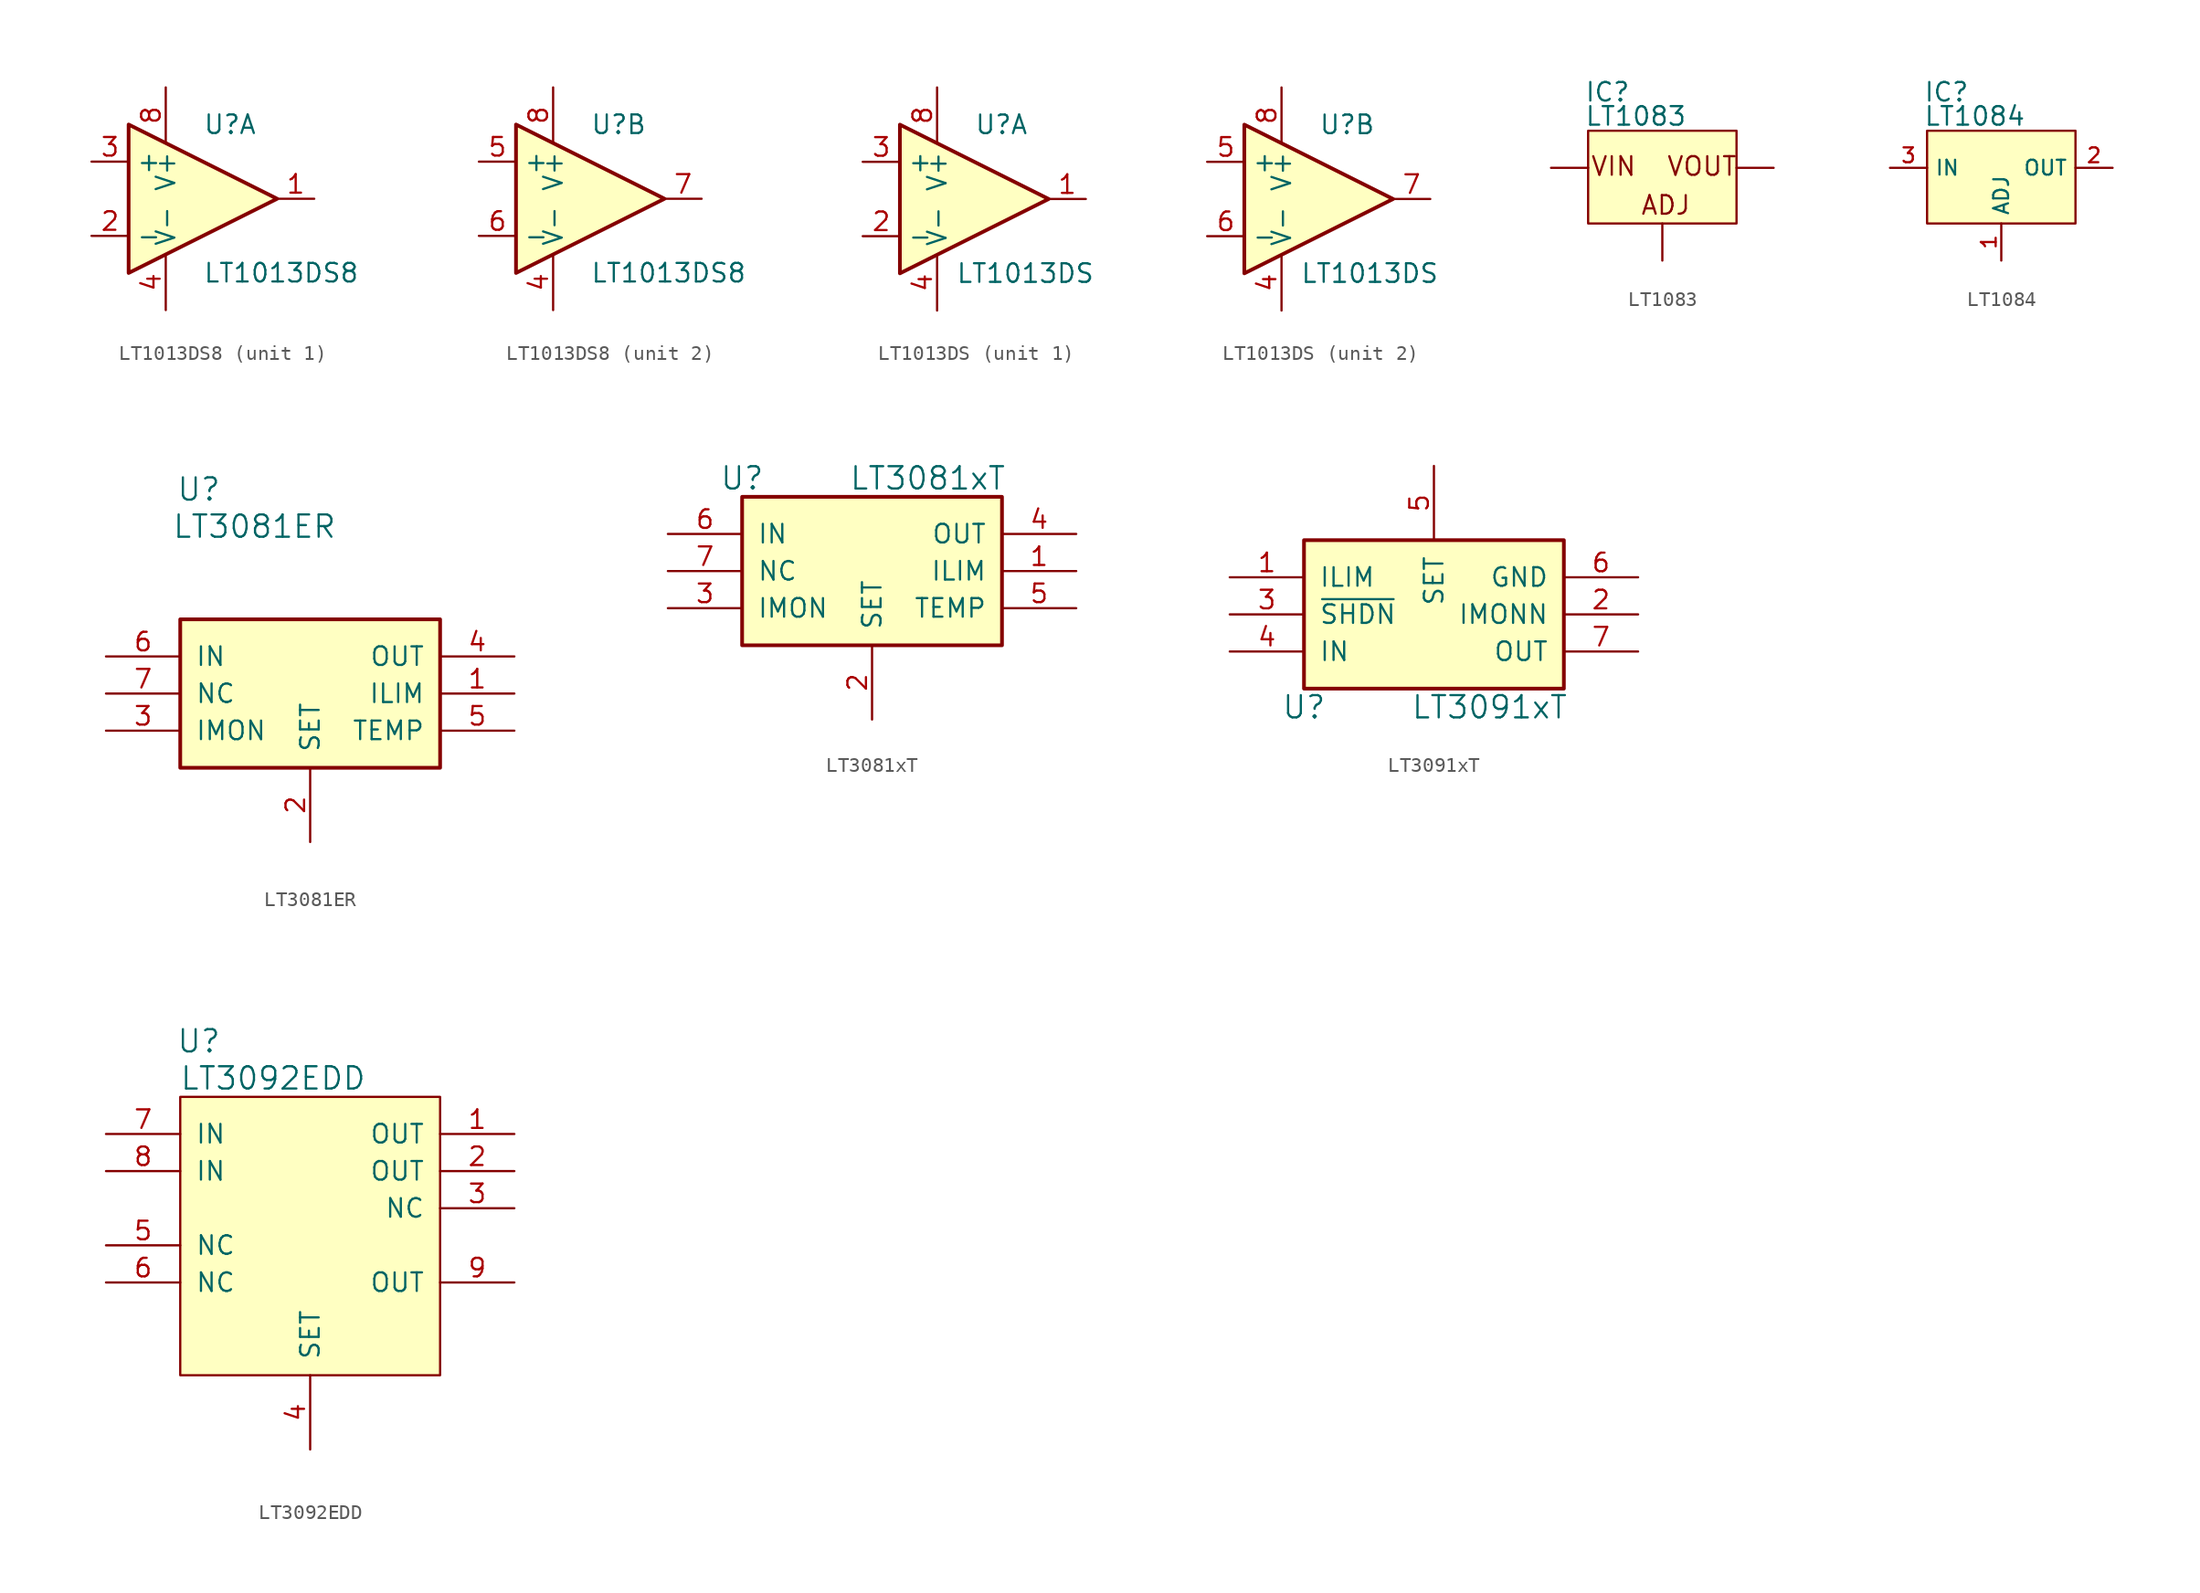
<source format=kicad_sym>
(kicad_symbol_lib
  (version 20220914)
  (generator kicad_symbol_editor)
  (symbol "LT1013DS8"
    (property "Reference" "U"
      (at 0 5.08 0)
      (effects (font (size 1.27 1.27)) (justify left)))
    (property "Value" "LT1013DS8"
      (at 0 -5.08 0)
      (effects (font (size 1.27 1.27)) (justify left)))
    (symbol "LT1013DS8_0_1"
      (polyline (pts (xy -5.08 5.08) (xy 5.08 0) (xy -5.08 -5.08) (xy -5.08 5.08)) (stroke (width 0.254) (type default)) (fill (type background)))
      (pin power_in line (at -2.54 -7.62 90) (length 3.81) (name "V-" (effects (font (size 1.27 1.27)))) (number "4" (effects (font (size 1.27 1.27)))))
      (pin power_in line (at -2.54 7.62 270) (length 3.81) (name "V+" (effects (font (size 1.27 1.27)))) (number "8" (effects (font (size 1.27 1.27))))))
    (symbol "LT1013DS8_1_1"
      (pin output line (at 7.62 0 180) (length 2.54) (name "~" (effects (font (size 1.27 1.27)))) (number "1" (effects (font (size 1.27 1.27)))))
      (pin input line (at -7.62 -2.54 0) (length 2.54) (name "-" (effects (font (size 1.27 1.27)))) (number "2" (effects (font (size 1.27 1.27)))))
      (pin input line (at -7.62 2.54 0) (length 2.54) (name "+" (effects (font (size 1.27 1.27)))) (number "3" (effects (font (size 1.27 1.27))))))
    (symbol "LT1013DS8_2_1"
      (pin input line (at -7.62 2.54 0) (length 2.54) (name "+" (effects (font (size 1.27 1.27)))) (number "5" (effects (font (size 1.27 1.27)))))
      (pin input line (at -7.62 -2.54 0) (length 2.54) (name "-" (effects (font (size 1.27 1.27)))) (number "6" (effects (font (size 1.27 1.27)))))
      (pin output line (at 7.62 0 180) (length 2.54) (name "~" (effects (font (size 1.27 1.27)))) (number "7" (effects (font (size 1.27 1.27)))))))
  (symbol "LT1013DS"
    (property "Reference" "U"
      (at 0 5.08 0)
      (effects (font (size 1.27 1.27)) (justify left)))
    (property "Value" "LT1013DS"
      (at -1.27 -5.08 0)
      (effects (font (size 1.27 1.27)) (justify left)))
    (symbol "LT1013DS_0_1"
      (polyline (pts (xy -5.08 5.08) (xy 5.08 0) (xy -5.08 -5.08) (xy -5.08 5.08)) (stroke (width 0.254) (type default)) (fill (type background)))
      (pin power_in line (at -2.54 -7.62 90) (length 3.81) (name "V-" (effects (font (size 1.27 1.27)))) (number "4" (effects (font (size 1.27 1.27)))))
      (pin power_in line (at -2.54 7.62 270) (length 3.81) (name "V+" (effects (font (size 1.27 1.27)))) (number "8" (effects (font (size 1.27 1.27))))))
    (symbol "LT1013DS_1_1"
      (pin output line (at 7.62 0 180) (length 2.54) (name "~" (effects (font (size 1.27 1.27)))) (number "1" (effects (font (size 1.27 1.27)))))
      (pin input line (at -7.62 -2.54 0) (length 2.54) (name "-" (effects (font (size 1.27 1.27)))) (number "2" (effects (font (size 1.27 1.27)))))
      (pin input line (at -7.62 2.54 0) (length 2.54) (name "+" (effects (font (size 1.27 1.27)))) (number "3" (effects (font (size 1.27 1.27))))))
    (symbol "LT1013DS_2_1"
      (pin input line (at -7.62 2.54 0) (length 2.54) (name "+" (effects (font (size 1.27 1.27)))) (number "5" (effects (font (size 1.27 1.27)))))
      (pin input line (at -7.62 -2.54 0) (length 2.54) (name "-" (effects (font (size 1.27 1.27)))) (number "6" (effects (font (size 1.27 1.27)))))
      (pin output line (at 7.62 0 180) (length 2.54) (name "~" (effects (font (size 1.27 1.27)))) (number "7" (effects (font (size 1.27 1.27)))))))
  (symbol "LT1083"
    (pin_numbers hide)
    (pin_names
      (offset 1.016) hide)
    (property "Reference" "IC"
      (at -5.334 4.445 0)
      (effects (font (size 1.27 1.27)) (justify left bottom)))
    (property "Value" "LT1083"
      (at -5.334 2.794 0)
      (effects (font (size 1.27 1.27)) (justify left bottom)))
    (property "ki_locked" ""
      (at 0 0 0)
      (effects (font (size 1.27 1.27))))
    (symbol "LT1083_0_0"
      (rectangle (start -5.08 2.54) (end 5.08 -3.81) (stroke (width 0) (type default)) (fill (type background)))
      (text "ADJ" (at -1.524 -3.302 0) (effects (font (size 1.27 1.27)) (justify left bottom)))
      (text "VIN" (at -4.953 -0.635 0) (effects (font (size 1.27 1.27)) (justify left bottom)))
      (text "VOUT" (at 0.254 -0.635 0) (effects (font (size 1.27 1.27)) (justify left bottom)))
      (pin input line (at 0 -6.35 90) (length 2.54) (name "ADJ" (effects (font (size 1.016 1.016)))) (number "1" (effects (font (size 1.016 1.016)))))
      (pin passive line (at 7.62 0 180) (length 2.54) (name "OUT" (effects (font (size 1.016 1.016)))) (number "2" (effects (font (size 1.016 1.016)))))
      (pin input line (at -7.62 0 0) (length 2.54) (name "IN" (effects (font (size 1.016 1.016)))) (number "3" (effects (font (size 1.016 1.016)))))))
  (symbol "LT1084"
    (property "Reference" "IC"
      (at -5.334 4.445 0)
      (effects (font (size 1.27 1.27)) (justify left bottom)))
    (property "Value" "LT1084"
      (at -5.334 2.794 0)
      (effects (font (size 1.27 1.27)) (justify left bottom)))
    (symbol "LT1084_0_0"
      (rectangle (start -5.08 2.54) (end 5.08 -3.81) (stroke (width 0) (type default)) (fill (type background)))
      (pin input line (at 0 -6.35 90) (length 2.54) (name "ADJ" (effects (font (size 1.016 1.016)))) (number "1" (effects (font (size 1.016 1.016)))))
      (pin passive line (at 7.62 0 180) (length 2.54) (name "OUT" (effects (font (size 1.016 1.016)))) (number "2" (effects (font (size 1.016 1.016)))))
      (pin input line (at -7.62 0 0) (length 2.54) (name "IN" (effects (font (size 1.016 1.016)))) (number "3" (effects (font (size 1.016 1.016)))))))
  (symbol "LT3081ER"
    (pin_names
      (offset 1.016))
    (property "Reference" "U"
      (at -7.62 13.97 0)
      (effects (font (size 1.524 1.524))))
    (property "Value" "LT3081ER"
      (at -3.81 11.43 0)
      (effects (font (size 1.524 1.524))))
    (symbol "LT3081ER_0_1"
      (rectangle (start -8.89 5.08) (end 8.89 -5.08) (stroke (width 0.254) (type default)) (fill (type background))))
    (symbol "LT3081ER_1_1"
      (pin input line (at 13.97 0 180) (length 5.08) (name "ILIM" (effects (font (size 1.27 1.27)))) (number "1" (effects (font (size 1.27 1.27)))))
      (pin input line (at 0 -10.16 90) (length 5.08) (name "SET" (effects (font (size 1.27 1.27)))) (number "2" (effects (font (size 1.27 1.27)))))
      (pin passive line (at -13.97 -2.54 0) (length 5.08) (name "IMON" (effects (font (size 1.27 1.27)))) (number "3" (effects (font (size 1.27 1.27)))))
      (pin output line (at 13.97 2.54 180) (length 5.08) (name "OUT" (effects (font (size 1.27 1.27)))) (number "4" (effects (font (size 1.27 1.27)))))
      (pin passive line (at 13.97 -2.54 180) (length 5.08) (name "TEMP" (effects (font (size 1.27 1.27)))) (number "5" (effects (font (size 1.27 1.27)))))
      (pin input line (at -13.97 2.54 0) (length 5.08) (name "IN" (effects (font (size 1.27 1.27)))) (number "6" (effects (font (size 1.27 1.27)))))
      (pin passive line (at -13.97 0 0) (length 5.08) (name "NC" (effects (font (size 1.27 1.27)))) (number "7" (effects (font (size 1.27 1.27)))))))
  (symbol "LT3081xT"
    (pin_names
      (offset 1.016))
    (property "Reference" "U"
      (at -8.89 6.35 0)
      (effects (font (size 1.524 1.524))))
    (property "Value" "LT3081xT"
      (at 3.81 6.35 0)
      (effects (font (size 1.524 1.524))))
    (symbol "LT3081xT_0_1"
      (rectangle (start -8.89 5.08) (end 8.89 -5.08) (stroke (width 0.254) (type default)) (fill (type background))))
    (symbol "LT3081xT_1_1"
      (pin input line (at 13.97 0 180) (length 5.08) (name "ILIM" (effects (font (size 1.27 1.27)))) (number "1" (effects (font (size 1.27 1.27)))))
      (pin input line (at 0 -10.16 90) (length 5.08) (name "SET" (effects (font (size 1.27 1.27)))) (number "2" (effects (font (size 1.27 1.27)))))
      (pin passive line (at -13.97 -2.54 0) (length 5.08) (name "IMON" (effects (font (size 1.27 1.27)))) (number "3" (effects (font (size 1.27 1.27)))))
      (pin output line (at 13.97 2.54 180) (length 5.08) (name "OUT" (effects (font (size 1.27 1.27)))) (number "4" (effects (font (size 1.27 1.27)))))
      (pin passive line (at 13.97 -2.54 180) (length 5.08) (name "TEMP" (effects (font (size 1.27 1.27)))) (number "5" (effects (font (size 1.27 1.27)))))
      (pin input line (at -13.97 2.54 0) (length 5.08) (name "IN" (effects (font (size 1.27 1.27)))) (number "6" (effects (font (size 1.27 1.27)))))
      (pin passive line (at -13.97 0 0) (length 5.08) (name "NC" (effects (font (size 1.27 1.27)))) (number "7" (effects (font (size 1.27 1.27)))))))
  (symbol "LT3091xT"
    (pin_names
      (offset 1.016))
    (property "Reference" "U"
      (at -8.89 -6.35 0)
      (effects (font (size 1.524 1.524))))
    (property "Value" "LT3091xT"
      (at 3.81 -6.35 0)
      (effects (font (size 1.524 1.524))))
    (symbol "LT3091xT_0_1"
      (rectangle (start -8.89 -5.08) (end 8.89 5.08) (stroke (width 0.254) (type default)) (fill (type background))))
    (symbol "LT3091xT_1_1"
      (pin input line (at -13.97 2.54 0) (length 5.08) (name "ILIM" (effects (font (size 1.27 1.27)))) (number "1" (effects (font (size 1.27 1.27)))))
      (pin passive line (at 13.97 0 180) (length 5.08) (name "IMONN" (effects (font (size 1.27 1.27)))) (number "2" (effects (font (size 1.27 1.27)))))
      (pin passive line (at -13.97 0 0) (length 5.08) (name "~{SHDN}" (effects (font (size 1.27 1.27)))) (number "3" (effects (font (size 1.27 1.27)))))
      (pin input line (at -13.97 -2.54 0) (length 5.08) (name "IN" (effects (font (size 1.27 1.27)))) (number "4" (effects (font (size 1.27 1.27)))))
      (pin input line (at 0 10.16 270) (length 5.08) (name "SET" (effects (font (size 1.27 1.27)))) (number "5" (effects (font (size 1.27 1.27)))))
      (pin passive line (at 13.97 2.54 180) (length 5.08) (name "GND" (effects (font (size 1.27 1.27)))) (number "6" (effects (font (size 1.27 1.27)))))
      (pin output line (at 13.97 -2.54 180) (length 5.08) (name "OUT" (effects (font (size 1.27 1.27)))) (number "7" (effects (font (size 1.27 1.27)))))))
  (symbol "LT3092EDD"
    (pin_names
      (offset 1.016))
    (property "Reference" "U"
      (at -7.62 13.97 0)
      (effects (font (size 1.524 1.524))))
    (property "Value" "LT3092EDD"
      (at -2.54 11.43 0)
      (effects (font (size 1.524 1.524))))
    (symbol "LT3092EDD_0_1"
      (rectangle (start 8.89 -8.89) (end -8.89 10.16) (stroke (width 0) (type default)) (fill (type background))))
    (symbol "LT3092EDD_1_1"
      (pin passive line (at 13.97 7.62 180) (length 5.08) (name "OUT" (effects (font (size 1.27 1.27)))) (number "1" (effects (font (size 1.27 1.27)))))
      (pin passive line (at 13.97 5.08 180) (length 5.08) (name "OUT" (effects (font (size 1.27 1.27)))) (number "2" (effects (font (size 1.27 1.27)))))
      (pin passive line (at 13.97 2.54 180) (length 5.08) (name "NC" (effects (font (size 1.27 1.27)))) (number "3" (effects (font (size 1.27 1.27)))))
      (pin input line (at 0 -13.97 90) (length 5.08) (name "SET" (effects (font (size 1.27 1.27)))) (number "4" (effects (font (size 1.27 1.27)))))
      (pin passive line (at -13.97 0 0) (length 5.08) (name "NC" (effects (font (size 1.27 1.27)))) (number "5" (effects (font (size 1.27 1.27)))))
      (pin passive line (at -13.97 -2.54 0) (length 5.08) (name "NC" (effects (font (size 1.27 1.27)))) (number "6" (effects (font (size 1.27 1.27)))))
      (pin passive line (at -13.97 7.62 0) (length 5.08) (name "IN" (effects (font (size 1.27 1.27)))) (number "7" (effects (font (size 1.27 1.27)))))
      (pin passive line (at -13.97 5.08 0) (length 5.08) (name "IN" (effects (font (size 1.27 1.27)))) (number "8" (effects (font (size 1.27 1.27)))))
      (pin passive line (at 13.97 -2.54 180) (length 5.08) (name "OUT" (effects (font (size 1.27 1.27)))) (number "9" (effects (font (size 1.27 1.27))))))))
</source>
